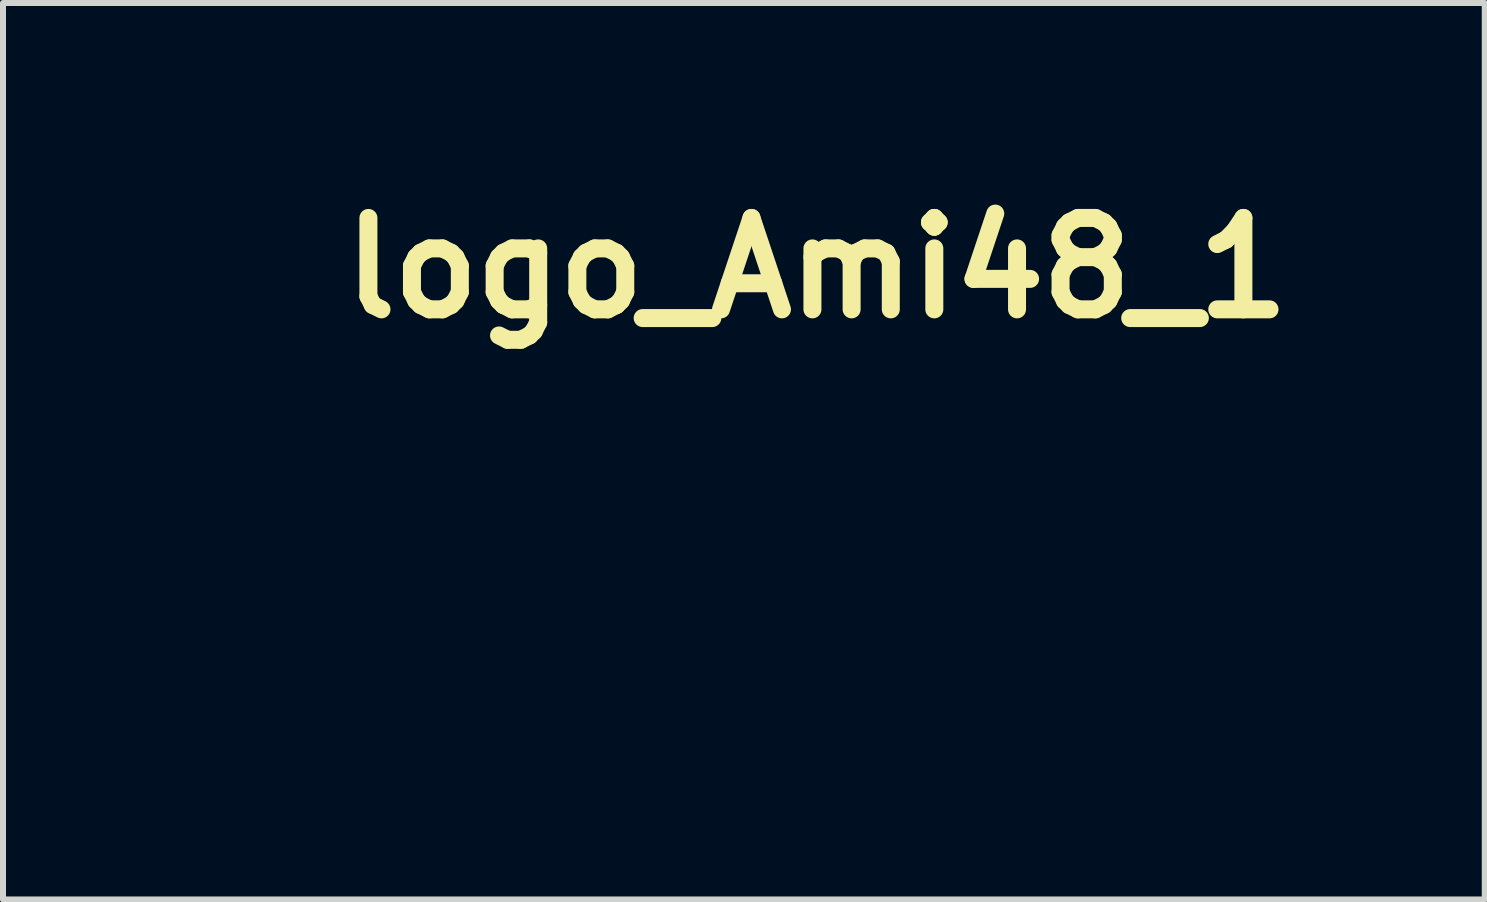
<source format=kicad_pcb>
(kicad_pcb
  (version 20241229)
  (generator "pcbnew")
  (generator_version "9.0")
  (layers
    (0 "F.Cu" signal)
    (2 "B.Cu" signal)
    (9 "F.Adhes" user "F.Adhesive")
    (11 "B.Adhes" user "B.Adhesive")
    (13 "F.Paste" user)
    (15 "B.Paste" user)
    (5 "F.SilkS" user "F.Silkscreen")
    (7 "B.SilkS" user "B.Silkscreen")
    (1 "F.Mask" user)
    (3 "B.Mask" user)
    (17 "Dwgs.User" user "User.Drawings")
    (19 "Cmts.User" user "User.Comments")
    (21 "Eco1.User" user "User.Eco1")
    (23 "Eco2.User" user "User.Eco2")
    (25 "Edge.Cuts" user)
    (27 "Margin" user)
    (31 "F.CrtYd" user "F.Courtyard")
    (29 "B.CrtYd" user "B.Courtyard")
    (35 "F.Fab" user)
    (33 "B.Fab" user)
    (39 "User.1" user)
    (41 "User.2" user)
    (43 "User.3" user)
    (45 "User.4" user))
  (footprint "logo_Ami48_1"
    (layer "F.Cu")
    (at 7.011 4.72)
    (property "Reference" "logo_Ami48_1" (at 3.556 -3.302 0) (layer "F.SilkS") (effects (font (size 1.524 1.524) (thickness 0.3))))
    (attr board_only exclude_from_pos_files exclude_from_bom)
    (fp_poly (pts (xy -2.935 -0.365) (xy -2.911 -0.362) (xy -2.831 -0.351) (xy -2.794 -0.338) (xy -2.791 -0.32) (xy -2.797 -0.311) (xy -2.841 -0.282) (xy -2.905 -0.285) (xy -2.993 -0.316) (xy -3.052 -0.346) (xy -3.061 -0.364) (xy -3.022 -0.371)) (stroke (width 0) (type solid)) (fill yes) (layer "F.Mask"))
    (fp_poly (pts (xy -0.615 2.491) (xy -0.569 2.619) (xy -0.526 2.779) (xy -0.488 2.958) (xy -0.458 3.142) (xy -0.438 3.315) (xy -0.431 3.464) (xy -0.433 3.538) (xy -0.442 3.638) (xy -0.472 3.569) (xy -0.51 3.459) (xy -0.549 3.313) (xy -0.584 3.144) (xy -0.615 2.966) (xy -0.638 2.792) (xy -0.651 2.636) (xy -0.653 2.555) (xy -0.653 2.404)) (stroke (width 0) (type solid)) (fill yes) (layer "F.Mask"))
    (fp_poly (pts (xy -5.068 -0.593) (xy -5.047 -0.592) (xy -4.892 -0.586) (xy -4.729 -0.576) (xy -4.567 -0.563) (xy -4.413 -0.549) (xy -4.278 -0.534) (xy -4.167 -0.519) (xy -4.091 -0.504) (xy -4.058 -0.492) (xy -4.076 -0.487) (xy -4.133 -0.484) (xy -4.219 -0.483) (xy -4.322 -0.483) (xy -4.433 -0.485) (xy -4.54 -0.489) (xy -4.632 -0.494) (xy -4.644 -0.495) (xy -4.873 -0.514) (xy -5.063 -0.531) (xy -5.214 -0.548) (xy -5.326 -0.562) (xy -5.395 -0.575) (xy -5.421 -0.585) (xy -5.403 -0.592) (xy -5.339 -0.596) (xy -5.228 -0.596)) (stroke (width 0) (type solid)) (fill yes) (layer "F.Mask"))
    (fp_poly (pts (xy 4.307 -1.308) (xy 4.323 -1.3) (xy 4.415 -1.227) (xy 4.466 -1.131) (xy 4.474 -1.017) (xy 4.436 -0.893) (xy 4.43 -0.881) (xy 4.347 -0.753) (xy 4.244 -0.65) (xy 4.13 -0.577) (xy 4.013 -0.536) (xy 3.9 -0.53) (xy 3.799 -0.564) (xy 3.749 -0.602) (xy 3.703 -0.657) (xy 3.681 -0.715) (xy 3.675 -0.799) (xy 3.675 -0.804) (xy 3.686 -0.89) (xy 3.956 -0.89) (xy 3.962 -0.82) (xy 3.984 -0.774) (xy 4.028 -0.757) (xy 4.06 -0.755) (xy 4.138 -0.769) (xy 4.217 -0.802) (xy 4.222 -0.805) (xy 4.294 -0.863) (xy 4.359 -0.941) (xy 4.406 -1.023) (xy 4.427 -1.095) (xy 4.426 -1.111) (xy 4.395 -1.172) (xy 4.332 -1.214) (xy 4.254 -1.229) (xy 4.223 -1.225) (xy 4.124 -1.178) (xy 4.04 -1.097) (xy 3.982 -0.997) (xy 3.956 -0.89) (xy 3.686 -0.89) (xy 3.695 -0.957) (xy 3.75 -1.091) (xy 3.832 -1.202) (xy 3.936 -1.284) (xy 4.054 -1.332) (xy 4.18 -1.342)) (stroke (width 0) (type solid)) (fill yes) (layer "F.Mask"))
    (fp_poly (pts (xy -0.839 -0.249) (xy -0.844 -0.181) (xy -0.851 -0.072) (xy -0.859 0.072) (xy -0.867 0.24) (xy -0.876 0.426) (xy -0.885 0.619) (xy -0.885 0.623) (xy -0.893 0.806) (xy -0.902 0.972) (xy -0.91 1.114) (xy -0.918 1.226) (xy -0.925 1.301) (xy -0.93 1.333) (xy -0.931 1.334) (xy -0.952 1.316) (xy -0.998 1.266) (xy -1.064 1.191) (xy -1.142 1.1) (xy -1.159 1.079) (xy -1.353 0.861) (xy -1.567 0.643) (xy -1.793 0.435) (xy -2.022 0.243) (xy -2.243 0.076) (xy -2.449 -0.057) (xy -2.486 -0.078) (xy -2.544 -0.113) (xy -2.418 -0.113) (xy -2.196 0.043) (xy -2.038 0.161) (xy -1.868 0.3) (xy -1.697 0.448) (xy -1.537 0.595) (xy -1.401 0.732) (xy -1.334 0.806) (xy -1.196 0.966) (xy -1.18 0.753) (xy -1.173 0.646) (xy -1.165 0.506) (xy -1.156 0.35) (xy -1.148 0.195) (xy -1.147 0.179) (xy -1.13 -0.183) (xy -1.465 -0.163) (xy -1.629 -0.154) (xy -1.813 -0.144) (xy -1.99 -0.134) (xy -2.109 -0.128) (xy -2.418 -0.113) (xy -2.544 -0.113) (xy -2.548 -0.116) (xy -2.586 -0.144) (xy -2.593 -0.152) (xy -2.578 -0.178) (xy -2.54 -0.226) (xy -2.524 -0.245) (xy -2.454 -0.325) (xy -1.976 -0.352) (xy -1.795 -0.362) (xy -1.602 -0.372) (xy -1.415 -0.382) (xy -1.249 -0.391) (xy -1.161 -0.395) (xy -0.824 -0.411)) (stroke (width 0) (type solid)) (fill yes) (layer "F.Mask"))
    (fp_poly (pts (xy -0.559 -2.964) (xy -0.566 -2.893) (xy -0.576 -2.784) (xy -0.59 -2.643) (xy -0.608 -2.476) (xy -0.627 -2.289) (xy -0.649 -2.088) (xy -0.671 -1.879) (xy -0.694 -1.667) (xy -0.717 -1.46) (xy -0.738 -1.262) (xy -0.759 -1.08) (xy -0.777 -0.92) (xy -0.792 -0.787) (xy -0.804 -0.688) (xy -0.812 -0.629) (xy -0.814 -0.614) (xy -0.84 -0.612) (xy -0.908 -0.608) (xy -1.013 -0.602) (xy -1.147 -0.595) (xy -1.304 -0.587) (xy -1.422 -0.581) (xy -1.6 -0.572) (xy -1.77 -0.563) (xy -1.921 -0.554) (xy -2.045 -0.546) (xy -2.132 -0.54) (xy -2.162 -0.537) (xy -2.244 -0.532) (xy -2.285 -0.539) (xy -2.288 -0.547) (xy -2.27 -0.576) (xy -2.227 -0.641) (xy -2.189 -0.697) (xy -2.061 -0.697) (xy -2.04 -0.691) (xy -1.979 -0.688) (xy -1.886 -0.687) (xy -1.771 -0.688) (xy -1.643 -0.692) (xy -1.512 -0.696) (xy -1.387 -0.703) (xy -1.278 -0.71) (xy -1.194 -0.718) (xy -1.179 -0.72) (xy -1.116 -0.735) (xy -1.086 -0.765) (xy -1.072 -0.826) (xy -1.063 -0.89) (xy -1.051 -0.99) (xy -1.036 -1.118) (xy -1.019 -1.267) (xy -1.001 -1.43) (xy -0.983 -1.599) (xy -0.965 -1.766) (xy -0.949 -1.925) (xy -0.934 -2.067) (xy -0.922 -2.185) (xy -0.914 -2.273) (xy -0.911 -2.321) (xy -0.911 -2.329) (xy -0.926 -2.31) (xy -0.967 -2.256) (xy -1.028 -2.171) (xy -1.107 -2.061) (xy -1.2 -1.93) (xy -1.303 -1.785) (xy -1.412 -1.631) (xy -1.524 -1.473) (xy -1.634 -1.316) (xy -1.739 -1.165) (xy -1.836 -1.027) (xy -1.92 -0.906) (xy -1.988 -0.808) (xy -2.035 -0.737) (xy -2.059 -0.7) (xy -2.061 -0.697) (xy -2.189 -0.697) (xy -2.161 -0.738) (xy -2.076 -0.861) (xy -1.975 -1.006) (xy -1.861 -1.17) (xy -1.736 -1.348) (xy -1.604 -1.535) (xy -1.468 -1.727) (xy -1.331 -1.921) (xy -1.196 -2.111) (xy -1.067 -2.293) (xy -0.945 -2.463) (xy -0.835 -2.617) (xy -0.739 -2.75) (xy -0.66 -2.859) (xy -0.602 -2.937) (xy -0.567 -2.982) (xy -0.558 -2.992)) (stroke (width 0) (type solid)) (fill yes) (layer "F.Mask"))
    (fp_poly (pts (xy -0.391 -3.916) (xy -0.325 -3.876) (xy -0.287 -3.841) (xy -0.24 -3.786) (xy -0.212 -3.726) (xy -0.201 -3.651) (xy -0.207 -3.549) (xy -0.227 -3.411) (xy -0.233 -3.364) (xy -0.245 -3.275) (xy -0.26 -3.149) (xy -0.279 -2.991) (xy -0.3 -2.809) (xy -0.324 -2.607) (xy -0.349 -2.392) (xy -0.374 -2.169) (xy -0.4 -1.944) (xy -0.425 -1.723) (xy -0.449 -1.512) (xy -0.471 -1.316) (xy -0.491 -1.142) (xy -0.507 -0.996) (xy -0.519 -0.882) (xy -0.526 -0.807) (xy -0.529 -0.778) (xy -0.505 -0.768) (xy -0.443 -0.76) (xy -0.352 -0.756) (xy -0.3 -0.755) (xy -0.191 -0.754) (xy -0.119 -0.749) (xy -0.071 -0.738) (xy -0.034 -0.715) (xy 0.002 -0.682) (xy 0.051 -0.622) (xy 0.072 -0.557) (xy 0.076 -0.491) (xy 0.069 -0.406) (xy 0.041 -0.345) (xy 0.002 -0.3) (xy -0.034 -0.267) (xy -0.068 -0.245) (xy -0.113 -0.233) (xy -0.181 -0.228) (xy -0.284 -0.227) (xy -0.324 -0.227) (xy -0.577 -0.227) (xy -0.59 -0.145) (xy -0.598 -0.074) (xy -0.607 0.039) (xy -0.616 0.184) (xy -0.626 0.352) (xy -0.635 0.534) (xy -0.644 0.723) (xy -0.651 0.907) (xy -0.657 1.08) (xy -0.66 1.231) (xy -0.66 1.259) (xy -0.661 1.435) (xy -0.655 1.58) (xy -0.641 1.706) (xy -0.616 1.827) (xy -0.576 1.955) (xy -0.521 2.103) (xy -0.451 2.271) (xy -0.331 2.591) (xy -0.244 2.908) (xy -0.188 3.215) (xy -0.167 3.505) (xy -0.181 3.769) (xy -0.188 3.817) (xy -0.219 3.965) (xy -0.26 4.071) (xy -0.314 4.144) (xy -0.386 4.191) (xy -0.395 4.195) (xy -0.507 4.225) (xy -0.613 4.214) (xy -0.669 4.193) (xy -0.744 4.148) (xy -0.805 4.079) (xy -0.859 3.978) (xy -0.911 3.836) (xy -0.921 3.805) (xy -1.007 3.478) (xy -1.078 3.107) (xy -1.132 2.698) (xy -1.17 2.255) (xy -1.171 2.253) (xy -1.183 2.098) (xy -1.199 1.978) (xy -1.225 1.879) (xy -1.264 1.787) (xy -1.322 1.687) (xy -1.384 1.593) (xy -1.651 1.239) (xy -1.952 0.919) (xy -2.291 0.629) (xy -2.54 0.451) (xy -2.641 0.385) (xy -2.726 0.33) (xy -2.788 0.292) (xy -2.817 0.277) (xy -2.818 0.277) (xy -2.838 0.295) (xy -2.884 0.346) (xy -2.95 0.423) (xy -3.03 0.519) (xy -3.074 0.573) (xy -3.341 0.892) (xy -3.609 1.198) (xy -3.875 1.486) (xy -4.132 1.749) (xy -4.376 1.983) (xy -4.602 2.182) (xy -4.735 2.29) (xy -5.018 2.501) (xy -5.275 2.675) (xy -5.512 2.813) (xy -5.734 2.919) (xy -5.947 2.995) (xy -6.156 3.043) (xy -6.367 3.066) (xy -6.547 3.067) (xy -6.698 3.058) (xy -6.808 3.04) (xy -6.887 3.009) (xy -6.942 2.962) (xy -6.982 2.894) (xy -6.99 2.875) (xy -7.011 2.766) (xy -7.002 2.719) (xy -6.721 2.719) (xy -6.714 2.77) (xy -6.686 2.806) (xy -6.632 2.828) (xy -6.543 2.84) (xy -6.413 2.844) (xy -6.375 2.845) (xy -6.151 2.833) (xy -5.941 2.798) (xy -5.735 2.734) (xy -5.522 2.64) (xy -5.294 2.51) (xy -5.161 2.425) (xy -4.88 2.227) (xy -4.6 2.005) (xy -4.316 1.755) (xy -4.026 1.475) (xy -3.726 1.16) (xy -3.413 0.808) (xy -3.082 0.415) (xy -2.975 0.283) (xy -2.895 0.187) (xy -2.825 0.107) (xy -2.771 0.051) (xy -2.74 0.026) (xy -2.737 0.025) (xy -2.693 0.04) (xy -2.617 0.079) (xy -2.517 0.139) (xy -2.401 0.213) (xy -2.276 0.297) (xy -2.151 0.385) (xy -2.034 0.472) (xy -1.935 0.551) (xy -1.773 0.696) (xy -1.609 0.859) (xy -1.45 1.032) (xy -1.301 1.208) (xy -1.169 1.38) (xy -1.06 1.541) (xy -0.979 1.682) (xy -0.943 1.765) (xy -0.928 1.828) (xy -0.912 1.929) (xy -0.896 2.056) (xy -0.883 2.195) (xy -0.88 2.238) (xy -0.858 2.491) (xy -0.829 2.742) (xy -0.795 2.984) (xy -0.757 3.213) (xy -0.716 3.422) (xy -0.672 3.605) (xy -0.628 3.757) (xy -0.584 3.871) (xy -0.542 3.941) (xy -0.538 3.946) (xy -0.465 3.992) (xy -0.386 4.002) (xy -0.318 3.975) (xy -0.292 3.946) (xy -0.257 3.86) (xy -0.235 3.735) (xy -0.224 3.578) (xy -0.226 3.401) (xy -0.239 3.21) (xy -0.264 3.017) (xy -0.301 2.829) (xy -0.303 2.823) (xy -0.334 2.713) (xy -0.379 2.575) (xy -0.432 2.429) (xy -0.479 2.313) (xy -0.556 2.124) (xy -0.615 1.968) (xy -0.657 1.834) (xy -0.686 1.708) (xy -0.702 1.578) (xy -0.71 1.432) (xy -0.711 1.259) (xy -0.71 1.171) (xy -0.706 0.997) (xy -0.699 0.79) (xy -0.689 0.569) (xy -0.678 0.35) (xy -0.667 0.166) (xy -0.656 0.004) (xy -0.646 -0.141) (xy -0.638 -0.262) (xy -0.633 -0.351) (xy -0.63 -0.4) (xy -0.629 -0.407) (xy -0.607 -0.419) (xy -0.549 -0.427) (xy -0.51 -0.428) (xy -0.425 -0.43) (xy -0.313 -0.436) (xy -0.196 -0.443) (xy -0.183 -0.444) (xy 0.025 -0.461) (xy 0.025 -0.629) (xy -0.609 -0.629) (xy -0.594 -0.724) (xy -0.588 -0.769) (xy -0.578 -0.858) (xy -0.563 -0.985) (xy -0.545 -1.146) (xy -0.525 -1.333) (xy -0.502 -1.541) (xy -0.477 -1.765) (xy -0.466 -1.875) (xy -0.439 -2.12) (xy -0.412 -2.364) (xy -0.385 -2.6) (xy -0.36 -2.821) (xy -0.337 -3.018) (xy -0.317 -3.182) (xy -0.301 -3.307) (xy -0.298 -3.329) (xy -0.277 -3.496) (xy -0.265 -3.619) (xy -0.264 -3.705) (xy -0.274 -3.759) (xy -0.297 -3.788) (xy -0.333 -3.798) (xy -0.375 -3.796) (xy -0.41 -3.785) (xy -0.444 -3.754) (xy -0.485 -3.696) (xy -0.539 -3.603) (xy -0.561 -3.562) (xy -0.709 -3.292) (xy -0.857 -3.033) (xy -1.01 -2.779) (xy -1.173 -2.522) (xy -1.348 -2.257) (xy -1.541 -1.978) (xy -1.756 -1.677) (xy -1.997 -1.349) (xy -2.174 -1.112) (xy -2.29 -0.959) (xy -2.397 -0.823) (xy -2.489 -0.709) (xy -2.562 -0.623) (xy -2.614 -0.569) (xy -2.636 -0.552) (xy -2.713 -0.533) (xy -2.827 -0.52) (xy -2.965 -0.512) (xy -3.113 -0.51) (xy -3.258 -0.515) (xy -3.386 -0.526) (xy -3.509 -0.546) (xy -3.658 -0.574) (xy -3.811 -0.607) (xy -3.902 -0.629) (xy -4.128 -0.684) (xy -4.32 -0.725) (xy -4.494 -0.755) (xy -4.662 -0.776) (xy -4.84 -0.79) (xy -5.041 -0.799) (xy -5.043 -0.799) (xy -5.264 -0.803) (xy -5.44 -0.799) (xy -5.575 -0.786) (xy -5.676 -0.763) (xy -5.746 -0.731) (xy -5.779 -0.703) (xy -5.809 -0.639) (xy -5.793 -0.57) (xy -5.736 -0.505) (xy -5.683 -0.472) (xy -5.584 -0.435) (xy -5.44 -0.402) (xy -5.259 -0.374) (xy -5.047 -0.352) (xy -4.81 -0.336) (xy -4.555 -0.327) (xy -4.431 -0.326) (xy -4.132 -0.323) (xy -3.88 -0.316) (xy -3.667 -0.304) (xy -3.491 -0.286) (xy -3.345 -0.262) (xy -3.226 -0.231) (xy -3.128 -0.192) (xy -3.047 -0.145) (xy -3.025 -0.129) (xy -2.966 -0.085) (xy -3.199 0.203) (xy -3.473 0.532) (xy -3.756 0.851) (xy -4.041 1.155) (xy -4.325 1.44) (xy -4.602 1.701) (xy -4.867 1.931) (xy -5.114 2.127) (xy -5.267 2.236) (xy -5.526 2.395) (xy -5.774 2.515) (xy -6.008 2.597) (xy -6.225 2.638) (xy -6.42 2.637) (xy -6.526 2.617) (xy -6.623 2.605) (xy -6.688 2.629) (xy -6.719 2.689) (xy -6.721 2.719) (xy -7.002 2.719) (xy -6.99 2.658) (xy -6.932 2.566) (xy -6.844 2.501) (xy -6.792 2.483) (xy -6.731 2.48) (xy -6.644 2.491) (xy -6.579 2.505) (xy -6.454 2.526) (xy -6.325 2.522) (xy -6.182 2.492) (xy -6.019 2.433) (xy -5.827 2.345) (xy -5.779 2.321) (xy -5.565 2.196) (xy -5.328 2.032) (xy -5.074 1.833) (xy -4.806 1.601) (xy -4.529 1.342) (xy -4.246 1.059) (xy -3.963 0.755) (xy -3.682 0.435) (xy -3.501 0.218) (xy -3.426 0.124) (xy -3.383 0.06) (xy -3.371 0.018) (xy -3.391 -0.011) (xy -3.443 -0.035) (xy -3.499 -0.053) (xy -3.548 -0.062) (xy -3.643 -0.07) (xy -3.777 -0.079) (xy -3.946 -0.087) (xy -4.144 -0.094) (xy -4.366 -0.101) (xy -4.418 -0.102) (xy -4.745 -0.112) (xy -5.025 -0.125) (xy -5.263 -0.142) (xy -5.462 -0.163) (xy -5.626 -0.19) (xy -5.759 -0.223) (xy -5.865 -0.262) (xy -5.947 -0.309) (xy -6.01 -0.363) (xy -6.04 -0.4) (xy -6.08 -0.491) (xy -6.091 -0.599) (xy -6.073 -0.7) (xy -6.053 -0.741) (xy -6.008 -0.785) (xy -5.936 -0.833) (xy -5.883 -0.86) (xy -5.833 -0.881) (xy -5.784 -0.896) (xy -5.729 -0.907) (xy -5.657 -0.913) (xy -5.56 -0.917) (xy -5.428 -0.918) (xy -5.299 -0.918) (xy -5.001 -0.911) (xy -4.734 -0.892) (xy -4.483 -0.857) (xy -4.231 -0.805) (xy -4.077 -0.766) (xy -3.941 -0.732) (xy -3.791 -0.698) (xy -3.655 -0.671) (xy -3.63 -0.667) (xy -3.508 -0.65) (xy -3.364 -0.639) (xy -3.213 -0.634) (xy -3.069 -0.634) (xy -2.948 -0.64) (xy -2.865 -0.651) (xy -2.833 -0.667) (xy -2.789 -0.707) (xy -2.73 -0.772) (xy -2.651 -0.868) (xy -2.549 -0.999) (xy -2.444 -1.137) (xy -2.151 -1.533) (xy -1.889 -1.896) (xy -1.655 -2.232) (xy -1.446 -2.546) (xy -1.258 -2.842) (xy -1.09 -3.125) (xy -0.936 -3.399) (xy -0.891 -3.485) (xy -0.808 -3.638) (xy -0.742 -3.751) (xy -0.685 -3.831) (xy -0.634 -3.882) (xy -0.581 -3.912) (xy -0.522 -3.925) (xy -0.464 -3.927)) (stroke (width 0) (type solid)) (fill yes) (layer "F.Mask"))
    (fp_poly (pts (xy 0.521 -0.448) (xy 0.61 -0.381) (xy 0.615 -0.375) (xy 0.663 -0.31) (xy 0.688 -0.248) (xy 0.691 -0.176) (xy 0.672 -0.083) (xy 0.633 0.041) (xy 0.596 0.16) (xy 0.564 0.279) (xy 0.544 0.379) (xy 0.54 0.403) (xy 0.524 0.541) (xy 0.646 0.304) (xy 0.707 0.189) (xy 0.756 0.112) (xy 0.799 0.061) (xy 0.846 0.027) (xy 0.86 0.019) (xy 0.976 -0.014) (xy 1.093 0.002) (xy 1.204 0.065) (xy 1.218 0.077) (xy 1.296 0.147) (xy 1.305 0.488) (xy 1.314 0.829) (xy 1.462 0.534) (xy 1.573 0.33) (xy 1.688 0.142) (xy 1.802 -0.021) (xy 1.911 -0.152) (xy 2.009 -0.244) (xy 2.01 -0.244) (xy 2.087 -0.296) (xy 2.157 -0.321) (xy 2.247 -0.327) (xy 2.255 -0.327) (xy 2.338 -0.324) (xy 2.396 -0.307) (xy 2.449 -0.268) (xy 2.491 -0.228) (xy 2.548 -0.16) (xy 2.595 -0.081) (xy 2.633 0.02) (xy 2.667 0.15) (xy 2.699 0.319) (xy 2.708 0.378) (xy 2.752 0.631) (xy 2.798 0.848) (xy 2.845 1.026) (xy 2.892 1.163) (xy 2.939 1.255) (xy 2.984 1.3) (xy 2.987 1.301) (xy 3.032 1.293) (xy 3.091 1.247) (xy 3.16 1.169) (xy 3.232 1.069) (xy 3.305 0.953) (xy 3.371 0.831) (xy 3.427 0.709) (xy 3.468 0.596) (xy 3.485 0.516) (xy 3.517 0.319) (xy 3.554 0.168) (xy 3.597 0.058) (xy 3.651 -0.017) (xy 3.716 -0.059) (xy 3.796 -0.075) (xy 3.813 -0.076) (xy 3.922 -0.057) (xy 4.02 -0.007) (xy 4.092 0.065) (xy 4.114 0.108) (xy 4.123 0.165) (xy 4.118 0.25) (xy 4.097 0.372) (xy 4.089 0.409) (xy 4.069 0.52) (xy 4.055 0.635) (xy 4.046 0.768) (xy 4.042 0.929) (xy 4.04 1.095) (xy 4.043 1.305) (xy 4.05 1.47) (xy 4.064 1.593) (xy 4.083 1.679) (xy 4.11 1.732) (xy 4.131 1.751) (xy 4.171 1.749) (xy 4.237 1.718) (xy 4.319 1.663) (xy 4.407 1.591) (xy 4.492 1.51) (xy 4.496 1.507) (xy 4.63 1.353) (xy 4.771 1.17) (xy 4.907 0.976) (xy 5.025 0.789) (xy 5.05 0.744) (xy 5.131 0.613) (xy 5.205 0.524) (xy 5.279 0.473) (xy 5.359 0.454) (xy 5.379 0.453) (xy 5.473 0.476) (xy 5.553 0.536) (xy 5.61 0.621) (xy 5.633 0.716) (xy 5.629 0.758) (xy 5.608 0.817) (xy 5.561 0.909) (xy 5.496 1.026) (xy 5.415 1.158) (xy 5.326 1.299) (xy 5.231 1.439) (xy 5.193 1.492) (xy 5.04 1.692) (xy 4.88 1.873) (xy 4.72 2.029) (xy 4.565 2.156) (xy 4.421 2.247) (xy 4.332 2.287) (xy 4.231 2.308) (xy 4.112 2.315) (xy 3.996 2.306) (xy 3.904 2.283) (xy 3.889 2.276) (xy 3.762 2.184) (xy 3.653 2.056) (xy 3.573 1.905) (xy 3.538 1.787) (xy 3.519 1.694) (xy 3.501 1.645) (xy 3.476 1.637) (xy 3.435 1.664) (xy 3.382 1.71) (xy 3.268 1.795) (xy 3.153 1.844) (xy 3.022 1.86) (xy 2.931 1.858) (xy 2.774 1.828) (xy 2.64 1.758) (xy 2.522 1.643) (xy 2.474 1.577) (xy 2.41 1.461) (xy 2.348 1.305) (xy 2.288 1.12) (xy 2.237 0.918) (xy 2.196 0.708) (xy 2.194 0.696) (xy 2.149 0.415) (xy 2.078 0.527) (xy 2.029 0.612) (xy 1.967 0.731) (xy 1.892 0.886) (xy 1.802 1.082) (xy 1.699 1.312) (xy 1.616 1.49) (xy 1.542 1.624) (xy 1.472 1.72) (xy 1.4 1.784) (xy 1.321 1.821) (xy 1.23 1.836) (xy 1.19 1.837) (xy 1.102 1.832) (xy 1.038 1.81) (xy 0.974 1.763) (xy 0.97 1.76) (xy 0.903 1.682) (xy 0.856 1.594) (xy 0.852 1.582) (xy 0.835 1.533) (xy 0.819 1.512) (xy 0.804 1.524) (xy 0.785 1.572) (xy 0.761 1.662) (xy 0.73 1.797) (xy 0.729 1.8) (xy 0.701 1.914) (xy 0.673 2.016) (xy 0.647 2.091) (xy 0.635 2.117) (xy 0.559 2.202) (xy 0.449 2.253) (xy 0.343 2.266) (xy 0.23 2.249) (xy 0.144 2.196) (xy 0.082 2.103) (xy 0.038 1.966) (xy 0.036 1.957) (xy -0.002 1.727) (xy -0.028 1.475) (xy -0.041 1.209) (xy -0.042 0.988) (xy 0.255 0.988) (xy 0.257 1.201) (xy 0.265 1.397) (xy 0.277 1.568) (xy 0.288 1.66) (xy 0.307 1.779) (xy 0.326 1.882) (xy 0.343 1.958) (xy 0.355 1.993) (xy 0.398 2.026) (xy 0.465 2.039) (xy 0.536 2.03) (xy 0.586 2.003) (xy 0.607 1.964) (xy 0.634 1.888) (xy 0.662 1.788) (xy 0.679 1.72) (xy 0.703 1.626) (xy 0.737 1.507) (xy 0.777 1.369) (xy 0.822 1.222) (xy 0.869 1.074) (xy 0.915 0.934) (xy 0.957 0.81) (xy 0.992 0.711) (xy 1.019 0.645) (xy 1.031 0.622) (xy 1.039 0.638) (xy 1.047 0.696) (xy 1.055 0.787) (xy 1.062 0.904) (xy 1.063 0.949) (xy 1.079 1.177) (xy 1.105 1.357) (xy 1.143 1.491) (xy 1.194 1.579) (xy 1.258 1.624) (xy 1.335 1.626) (xy 1.394 1.605) (xy 1.443 1.575) (xy 1.485 1.53) (xy 1.529 1.46) (xy 1.582 1.354) (xy 1.63 1.253) (xy 1.693 1.121) (xy 1.762 0.975) (xy 1.832 0.829) (xy 1.847 0.796) (xy 1.924 0.641) (xy 2.005 0.49) (xy 2.086 0.349) (xy 2.162 0.226) (xy 2.229 0.127) (xy 2.284 0.058) (xy 2.321 0.027) (xy 2.328 0.025) (xy 2.355 0.04) (xy 2.381 0.088) (xy 2.406 0.173) (xy 2.431 0.3) (xy 2.455 0.462) (xy 2.509 0.774) (xy 2.573 1.037) (xy 2.648 1.253) (xy 2.735 1.421) (xy 2.834 1.542) (xy 2.945 1.617) (xy 3.068 1.646) (xy 3.095 1.647) (xy 3.23 1.624) (xy 3.358 1.557) (xy 3.483 1.446) (xy 3.605 1.287) (xy 3.646 1.223) (xy 3.738 1.074) (xy 3.768 1.342) (xy 3.795 1.543) (xy 3.827 1.702) (xy 3.868 1.826) (xy 3.919 1.924) (xy 3.953 1.97) (xy 4.055 2.058) (xy 4.174 2.099) (xy 4.309 2.094) (xy 4.459 2.042) (xy 4.527 2.005) (xy 4.683 1.894) (xy 4.849 1.737) (xy 5.022 1.54) (xy 5.199 1.306) (xy 5.377 1.039) (xy 5.438 0.94) (xy 5.505 0.829) (xy 5.547 0.751) (xy 5.569 0.698) (xy 5.574 0.661) (xy 5.565 0.633) (xy 5.564 0.63) (xy 5.528 0.587) (xy 5.487 0.583) (xy 5.435 0.619) (xy 5.371 0.699) (xy 5.294 0.818) (xy 5.156 1.035) (xy 5.011 1.238) (xy 4.864 1.421) (xy 4.72 1.581) (xy 4.583 1.71) (xy 4.46 1.803) (xy 4.369 1.851) (xy 4.272 1.878) (xy 4.197 1.87) (xy 4.135 1.822) (xy 4.077 1.731) (xy 4.058 1.693) (xy 4.034 1.641) (xy 4.017 1.595) (xy 4.005 1.546) (xy 3.997 1.485) (xy 3.993 1.403) (xy 3.991 1.292) (xy 3.991 1.143) (xy 3.991 1.057) (xy 3.993 0.848) (xy 3.998 0.678) (xy 4.008 0.54) (xy 4.022 0.421) (xy 4.036 0.342) (xy 4.058 0.22) (xy 4.064 0.138) (xy 4.051 0.087) (xy 4.017 0.059) (xy 3.959 0.046) (xy 3.953 0.045) (xy 3.911 0.049) (xy 3.877 0.077) (xy 3.848 0.135) (xy 3.821 0.228) (xy 3.794 0.364) (xy 3.785 0.417) (xy 3.759 0.551) (xy 3.727 0.662) (xy 3.683 0.771) (xy 3.617 0.9) (xy 3.615 0.905) (xy 3.524 1.06) (xy 3.428 1.196) (xy 3.332 1.307) (xy 3.243 1.387) (xy 3.165 1.429) (xy 3.132 1.435) (xy 3.05 1.418) (xy 2.975 1.366) (xy 2.907 1.277) (xy 2.845 1.149) (xy 2.788 0.978) (xy 2.734 0.763) (xy 2.683 0.502) (xy 2.655 0.327) (xy 2.616 0.124) (xy 2.568 -0.031) (xy 2.511 -0.139) (xy 2.444 -0.202) (xy 2.365 -0.221) (xy 2.322 -0.215) (xy 2.246 -0.175) (xy 2.156 -0.093) (xy 2.057 0.026) (xy 1.951 0.175) (xy 1.844 0.35) (xy 1.738 0.546) (xy 1.637 0.756) (xy 1.621 0.793) (xy 1.543 0.966) (xy 1.474 1.112) (xy 1.414 1.228) (xy 1.367 1.308) (xy 1.336 1.346) (xy 1.335 1.346) (xy 1.318 1.348) (xy 1.304 1.327) (xy 1.292 1.277) (xy 1.283 1.196) (xy 1.276 1.077) (xy 1.27 0.917) (xy 1.265 0.722) (xy 1.26 0.542) (xy 1.256 0.406) (xy 1.252 0.307) (xy 1.246 0.239) (xy 1.238 0.194) (xy 1.227 0.166) (xy 1.212 0.148) (xy 1.193 0.134) (xy 1.125 0.104) (xy 1.064 0.113) (xy 1.007 0.163) (xy 0.947 0.258) (xy 0.922 0.309) (xy 0.876 0.415) (xy 0.821 0.561) (xy 0.759 0.735) (xy 0.695 0.928) (xy 0.632 1.131) (xy 0.572 1.332) (xy 0.549 1.414) (xy 0.491 1.624) (xy 0.474 1.485) (xy 0.465 1.366) (xy 0.459 1.21) (xy 0.456 1.033) (xy 0.457 0.849) (xy 0.462 0.672) (xy 0.469 0.517) (xy 0.48 0.402) (xy 0.502 0.27) (xy 0.536 0.122) (xy 0.575 -0.014) (xy 0.578 -0.025) (xy 0.612 -0.129) (xy 0.63 -0.198) (xy 0.634 -0.243) (xy 0.625 -0.276) (xy 0.613 -0.297) (xy 0.563 -0.343) (xy 0.509 -0.348) (xy 0.466 -0.33) (xy 0.427 -0.284) (xy 0.391 -0.204) (xy 0.354 -0.085) (xy 0.315 0.078) (xy 0.294 0.204) (xy 0.278 0.368) (xy 0.266 0.561) (xy 0.258 0.772) (xy 0.255 0.988) (xy -0.042 0.988) (xy -0.042 0.938) (xy -0.032 0.668) (xy -0.011 0.41) (xy 0.021 0.171) (xy 0.064 -0.041) (xy 0.116 -0.217) (xy 0.155 -0.309) (xy 0.226 -0.402) (xy 0.318 -0.457) (xy 0.42 -0.473)) (stroke (width 0) (type solid)) (fill yes) (layer "F.Mask")))
  (gr_rect
    (start -3 -3)
    (end 21.703 11.945)
    (stroke (width 0.1) (type default))
    (fill no)
    (layer "Edge.Cuts")))
</source>
